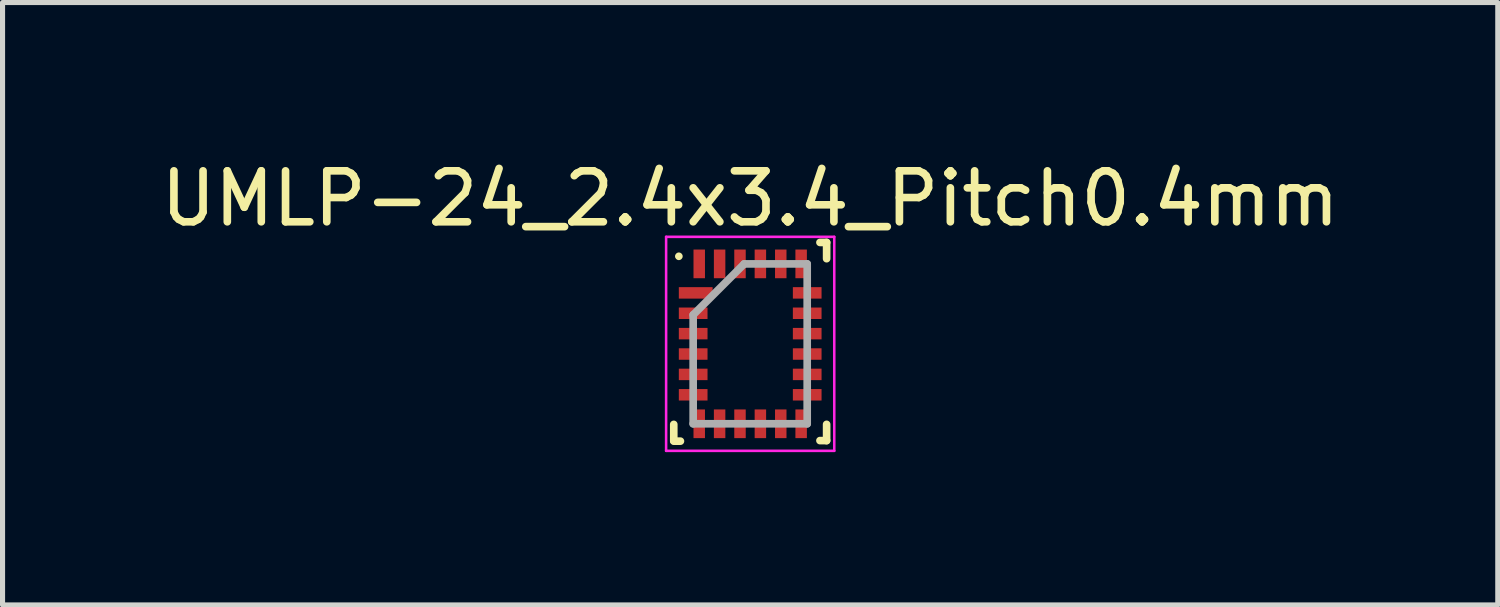
<source format=kicad_pcb>
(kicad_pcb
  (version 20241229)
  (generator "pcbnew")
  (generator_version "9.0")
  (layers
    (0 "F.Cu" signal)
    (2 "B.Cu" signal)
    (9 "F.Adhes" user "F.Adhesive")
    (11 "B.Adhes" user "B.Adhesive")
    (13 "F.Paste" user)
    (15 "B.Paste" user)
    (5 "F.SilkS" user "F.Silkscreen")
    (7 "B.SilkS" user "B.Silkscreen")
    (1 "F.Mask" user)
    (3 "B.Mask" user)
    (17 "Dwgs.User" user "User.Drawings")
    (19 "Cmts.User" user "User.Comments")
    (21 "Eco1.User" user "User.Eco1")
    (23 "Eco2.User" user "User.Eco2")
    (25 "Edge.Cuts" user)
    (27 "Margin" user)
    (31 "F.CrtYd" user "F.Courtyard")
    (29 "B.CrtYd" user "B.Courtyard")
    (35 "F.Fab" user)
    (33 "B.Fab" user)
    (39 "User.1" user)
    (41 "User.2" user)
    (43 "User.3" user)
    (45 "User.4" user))
  (footprint "UMLP-24_2.4x3.4_Pitch0.4mm"
    (layer "F.Cu")
    (at 11.673 3.698)
    (property "Reference" "UMLP-24_2.4x3.4_Pitch0.4mm" (at 0 -2.85 0) (layer "F.SilkS") (effects (font (size 1 1) (thickness 0.15))))
    (attr smd)
    (fp_line (start -1.5 1.9) (end -1.5 1.581) (stroke (width 0.15) (type solid)) (layer "F.SilkS"))
    (fp_line (start -1.5 1.91) (end -1.369 1.91) (stroke (width 0.15) (type solid)) (layer "F.SilkS"))
    (fp_line (start -1.4 -1.718) (end -1.4 -1.718) (stroke (width 0.15) (type solid)) (layer "F.SilkS"))
    (fp_line (start 1.5 -1.99) (end 1.369 -1.99) (stroke (width 0.15) (type solid)) (layer "F.SilkS"))
    (fp_line (start 1.5 -1.99) (end 1.5 -1.671) (stroke (width 0.15) (type solid)) (layer "F.SilkS"))
    (fp_line (start 1.5 1.899) (end 1.369 1.899) (stroke (width 0.15) (type solid)) (layer "F.SilkS"))
    (fp_line (start 1.5 1.899) (end 1.5 1.58) (stroke (width 0.15) (type solid)) (layer "F.SilkS"))
    (fp_line (start -1.65 -2.1) (end 1.65 -2.1) (stroke (width 0.05) (type solid)) (layer "F.CrtYd"))
    (fp_line (start -1.65 2.1) (end -1.65 -2.1) (stroke (width 0.05) (type solid)) (layer "F.CrtYd"))
    (fp_line (start 1.65 -2.1) (end 1.65 2.1) (stroke (width 0.05) (type solid)) (layer "F.CrtYd"))
    (fp_line (start 1.65 2.1) (end -1.65 2.1) (stroke (width 0.05) (type solid)) (layer "F.CrtYd"))
    (fp_line (start -1.119 -0.569) (end -1.119 1.569) (stroke (width 0.15) (type solid)) (layer "F.Fab"))
    (fp_line (start -1.119 1.569) (end 1.119 1.569) (stroke (width 0.15) (type solid)) (layer "F.Fab"))
    (fp_line (start -0.118 -1.569) (end -1.119 -0.569) (stroke (width 0.15) (type solid)) (layer "F.Fab"))
    (fp_line (start 1.119 -1.569) (end -0.118 -1.569) (stroke (width 0.15) (type solid)) (layer "F.Fab"))
    (fp_line (start 1.119 1.569) (end 1.119 -1.569) (stroke (width 0.15) (type solid)) (layer "F.Fab"))
    (pad "1" smd rect (at -1.069 -1 90) (size 0.225 0.663) (layers "F.Cu" "F.Mask" "F.Paste"))
    (pad "2" smd rect (at -1.119 -0.6 90) (size 0.225 0.563) (layers "F.Cu" "F.Mask" "F.Paste"))
    (pad "3" smd rect (at -1.119 -0.2 90) (size 0.225 0.563) (layers "F.Cu" "F.Mask" "F.Paste"))
    (pad "4" smd rect (at -1.119 0.2 90) (size 0.225 0.563) (layers "F.Cu" "F.Mask" "F.Paste"))
    (pad "5" smd rect (at -1.119 0.6 90) (size 0.225 0.563) (layers "F.Cu" "F.Mask" "F.Paste"))
    (pad "6" smd rect (at -1.119 1 90) (size 0.225 0.563) (layers "F.Cu" "F.Mask" "F.Paste"))
    (pad "7" smd rect (at -1 1.569) (size 0.225 0.563) (layers "F.Cu" "F.Mask" "F.Paste"))
    (pad "8" smd rect (at -0.6 1.569) (size 0.225 0.563) (layers "F.Cu" "F.Mask" "F.Paste"))
    (pad "9" smd rect (at -0.2 1.569) (size 0.225 0.563) (layers "F.Cu" "F.Mask" "F.Paste"))
    (pad "10" smd rect (at 0.2 1.569) (size 0.225 0.563) (layers "F.Cu" "F.Mask" "F.Paste"))
    (pad "11" smd rect (at 0.6 1.569) (size 0.225 0.563) (layers "F.Cu" "F.Mask" "F.Paste"))
    (pad "12" smd rect (at 1 1.569) (size 0.225 0.563) (layers "F.Cu" "F.Mask" "F.Paste"))
    (pad "13" smd rect (at 1.119 1 90) (size 0.225 0.563) (layers "F.Cu" "F.Mask" "F.Paste"))
    (pad "14" smd rect (at 1.119 0.6 90) (size 0.225 0.563) (layers "F.Cu" "F.Mask" "F.Paste"))
    (pad "15" smd rect (at 1.119 0.2 90) (size 0.225 0.563) (layers "F.Cu" "F.Mask" "F.Paste"))
    (pad "16" smd rect (at 1.119 -0.2 90) (size 0.225 0.563) (layers "F.Cu" "F.Mask" "F.Paste"))
    (pad "17" smd rect (at 1.119 -0.6 90) (size 0.225 0.563) (layers "F.Cu" "F.Mask" "F.Paste"))
    (pad "18" smd rect (at 1.119 -1 90) (size 0.225 0.563) (layers "F.Cu" "F.Mask" "F.Paste"))
    (pad "19" smd rect (at 1 -1.569) (size 0.225 0.563) (layers "F.Cu" "F.Mask" "F.Paste"))
    (pad "20" smd rect (at 0.6 -1.569) (size 0.225 0.563) (layers "F.Cu" "F.Mask" "F.Paste"))
    (pad "21" smd rect (at 0.2 -1.569) (size 0.225 0.563) (layers "F.Cu" "F.Mask" "F.Paste"))
    (pad "22" smd rect (at -0.2 -1.569) (size 0.225 0.563) (layers "F.Cu" "F.Mask" "F.Paste"))
    (pad "23" smd rect (at -0.6 -1.569) (size 0.225 0.563) (layers "F.Cu" "F.Mask" "F.Paste"))
    (pad "24" smd rect (at -1 -1.569) (size 0.225 0.563) (layers "F.Cu" "F.Mask" "F.Paste")))
  (gr_rect
    (start -3 -3)
    (end 26.345 8.823)
    (stroke (width 0.1) (type default))
    (fill no)
    (layer "Edge.Cuts")))
</source>
